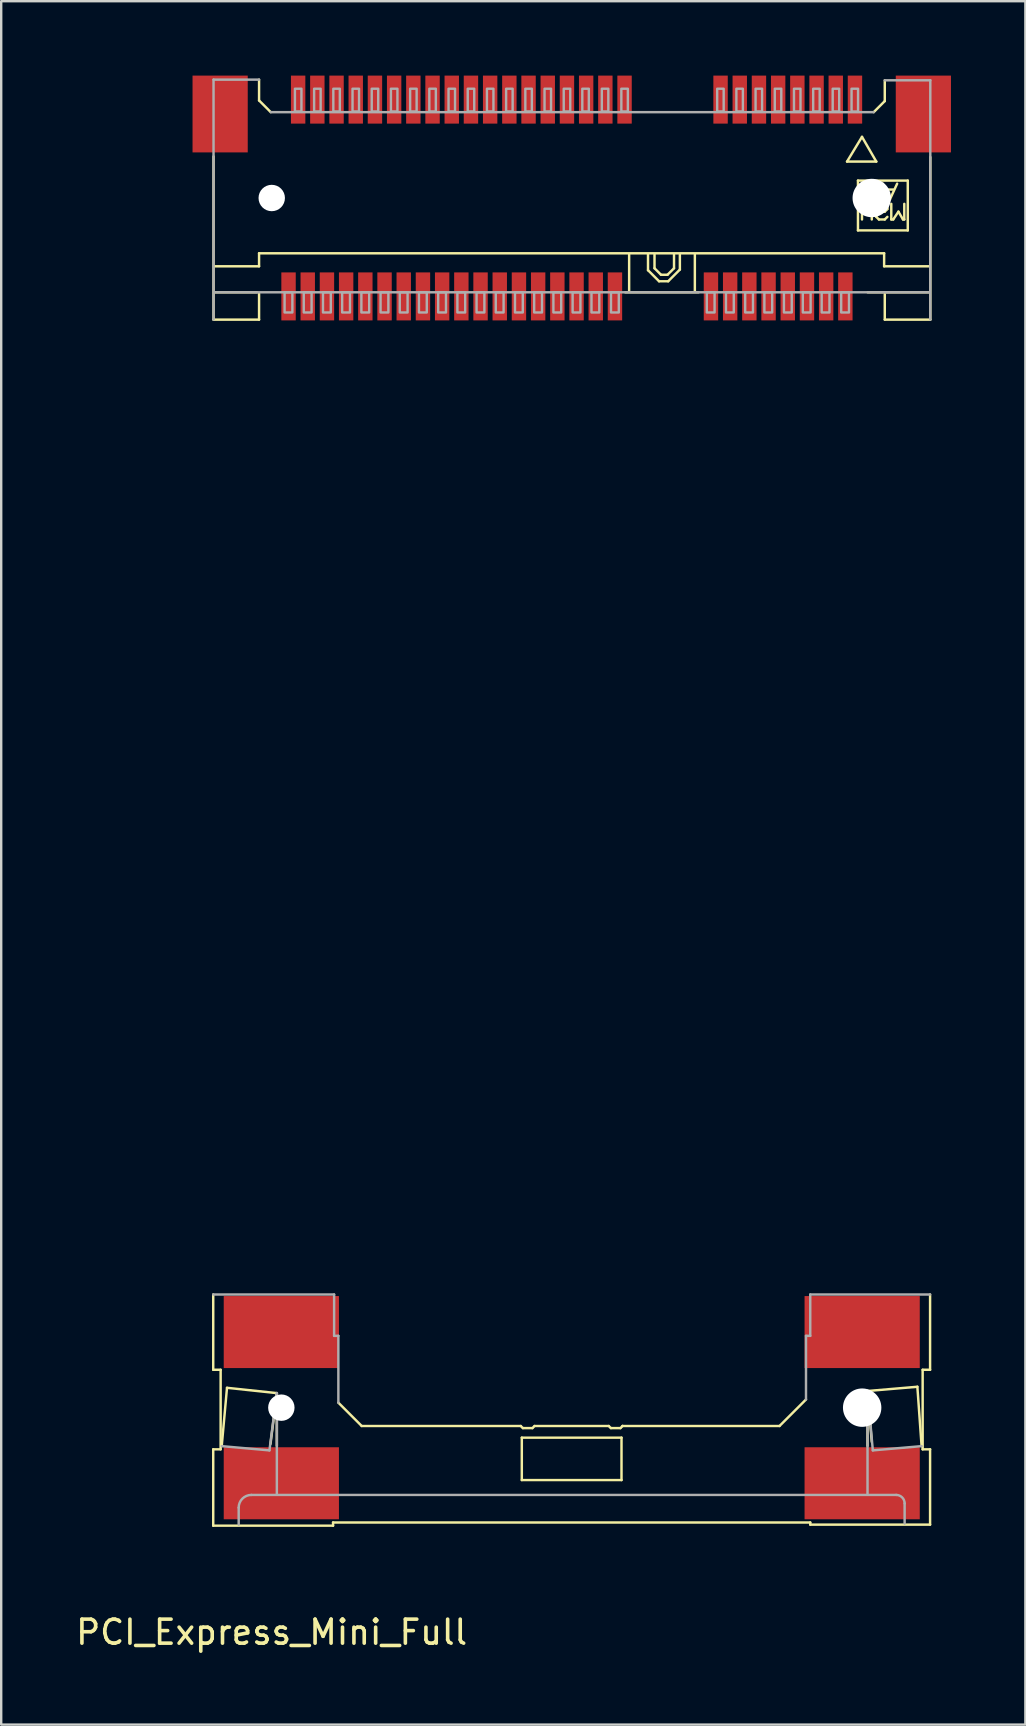
<source format=kicad_pcb>
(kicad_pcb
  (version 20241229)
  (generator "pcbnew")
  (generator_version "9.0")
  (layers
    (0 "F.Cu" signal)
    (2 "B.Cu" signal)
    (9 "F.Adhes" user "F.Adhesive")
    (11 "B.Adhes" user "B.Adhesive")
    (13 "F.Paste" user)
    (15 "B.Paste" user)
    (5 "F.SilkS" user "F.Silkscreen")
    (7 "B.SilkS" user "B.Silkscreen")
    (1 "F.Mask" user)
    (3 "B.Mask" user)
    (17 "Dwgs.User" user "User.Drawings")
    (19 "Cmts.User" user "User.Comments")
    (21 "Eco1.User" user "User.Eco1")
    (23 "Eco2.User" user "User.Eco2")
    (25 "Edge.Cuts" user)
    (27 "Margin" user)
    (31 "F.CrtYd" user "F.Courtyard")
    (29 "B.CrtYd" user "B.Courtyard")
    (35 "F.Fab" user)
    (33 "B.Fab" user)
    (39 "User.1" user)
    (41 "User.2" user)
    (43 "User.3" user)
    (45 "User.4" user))
  (footprint "PCI_Express_Mini_Full"
    (layer "F.Cu")
    (at 20.768 58.607)
    (property "Reference" "PCI_Express_Mini_Full" (at -12.5 6.35 180) (layer "F.SilkS") (effects (font (size 1 1) (thickness 0.15))))
    (attr smd)
    (fp_rect (start -15.896 -58.607) (end -13.396 -55.22) (stroke (width 0) (type default)) (fill yes) (layer "F.Mask"))
    (fp_rect (start -14.671 -1.532) (end -9.521 1.805) (stroke (width 0) (type default)) (fill yes) (layer "F.Mask"))
    (fp_rect (start -14.659 -7.832) (end -9.509 -4.495) (stroke (width 0) (type default)) (fill yes) (layer "F.Mask"))
    (fp_rect (start -12.134 -50.382) (end -11.446 -48.232) (stroke (width 0) (type default)) (fill yes) (layer "F.Mask"))
    (fp_rect (start -11.734 -58.582) (end -11.046 -56.432) (stroke (width 0) (type default)) (fill yes) (layer "F.Mask"))
    (fp_rect (start -11.334 -50.382) (end -10.646 -48.232) (stroke (width 0) (type default)) (fill yes) (layer "F.Mask"))
    (fp_rect (start -10.934 -58.582) (end -10.246 -56.432) (stroke (width 0) (type default)) (fill yes) (layer "F.Mask"))
    (fp_rect (start -10.534 -50.382) (end -9.846 -48.232) (stroke (width 0) (type default)) (fill yes) (layer "F.Mask"))
    (fp_rect (start -10.134 -58.582) (end -9.446 -56.432) (stroke (width 0) (type default)) (fill yes) (layer "F.Mask"))
    (fp_rect (start -9.734 -50.382) (end -9.046 -48.232) (stroke (width 0) (type default)) (fill yes) (layer "F.Mask"))
    (fp_rect (start -9.334 -58.582) (end -8.646 -56.432) (stroke (width 0) (type default)) (fill yes) (layer "F.Mask"))
    (fp_rect (start -8.934 -50.382) (end -8.246 -48.232) (stroke (width 0) (type default)) (fill yes) (layer "F.Mask"))
    (fp_rect (start -8.534 -58.582) (end -7.846 -56.432) (stroke (width 0) (type default)) (fill yes) (layer "F.Mask"))
    (fp_rect (start -8.134 -50.382) (end -7.446 -48.232) (stroke (width 0) (type default)) (fill yes) (layer "F.Mask"))
    (fp_rect (start -7.734 -58.582) (end -7.046 -56.432) (stroke (width 0) (type default)) (fill yes) (layer "F.Mask"))
    (fp_rect (start -7.334 -50.382) (end -6.646 -48.232) (stroke (width 0) (type default)) (fill yes) (layer "F.Mask"))
    (fp_rect (start -6.934 -58.582) (end -6.246 -56.432) (stroke (width 0) (type default)) (fill yes) (layer "F.Mask"))
    (fp_rect (start -6.534 -50.382) (end -5.846 -48.232) (stroke (width 0) (type default)) (fill yes) (layer "F.Mask"))
    (fp_rect (start -6.134 -58.582) (end -5.446 -56.432) (stroke (width 0) (type default)) (fill yes) (layer "F.Mask"))
    (fp_rect (start -5.734 -50.382) (end -5.046 -48.232) (stroke (width 0) (type default)) (fill yes) (layer "F.Mask"))
    (fp_rect (start -5.334 -58.582) (end -4.646 -56.432) (stroke (width 0) (type default)) (fill yes) (layer "F.Mask"))
    (fp_rect (start -4.934 -50.382) (end -4.246 -48.232) (stroke (width 0) (type default)) (fill yes) (layer "F.Mask"))
    (fp_rect (start -4.534 -58.582) (end -3.846 -56.432) (stroke (width 0) (type default)) (fill yes) (layer "F.Mask"))
    (fp_rect (start -4.134 -50.382) (end -3.446 -48.232) (stroke (width 0) (type default)) (fill yes) (layer "F.Mask"))
    (fp_rect (start -3.734 -58.582) (end -3.046 -56.432) (stroke (width 0) (type default)) (fill yes) (layer "F.Mask"))
    (fp_rect (start -3.334 -50.382) (end -2.646 -48.232) (stroke (width 0) (type default)) (fill yes) (layer "F.Mask"))
    (fp_rect (start -2.934 -58.582) (end -2.246 -56.432) (stroke (width 0) (type default)) (fill yes) (layer "F.Mask"))
    (fp_rect (start -2.534 -50.382) (end -1.846 -48.232) (stroke (width 0) (type default)) (fill yes) (layer "F.Mask"))
    (fp_rect (start -2.134 -58.582) (end -1.446 -56.432) (stroke (width 0) (type default)) (fill yes) (layer "F.Mask"))
    (fp_rect (start -1.734 -50.382) (end -1.046 -48.232) (stroke (width 0) (type default)) (fill yes) (layer "F.Mask"))
    (fp_rect (start -1.334 -58.582) (end -0.646 -56.432) (stroke (width 0) (type default)) (fill yes) (layer "F.Mask"))
    (fp_rect (start -0.934 -50.382) (end -0.246 -48.232) (stroke (width 0) (type default)) (fill yes) (layer "F.Mask"))
    (fp_rect (start -0.534 -58.582) (end 0.154 -56.432) (stroke (width 0) (type default)) (fill yes) (layer "F.Mask"))
    (fp_rect (start -0.134 -50.382) (end 0.554 -48.232) (stroke (width 0) (type default)) (fill yes) (layer "F.Mask"))
    (fp_rect (start 0.266 -58.582) (end 0.954 -56.432) (stroke (width 0) (type default)) (fill yes) (layer "F.Mask"))
    (fp_rect (start 0.666 -50.382) (end 1.354 -48.232) (stroke (width 0) (type default)) (fill yes) (layer "F.Mask"))
    (fp_rect (start 1.066 -58.582) (end 1.754 -56.432) (stroke (width 0) (type default)) (fill yes) (layer "F.Mask"))
    (fp_rect (start 1.466 -50.382) (end 2.154 -48.232) (stroke (width 0) (type default)) (fill yes) (layer "F.Mask"))
    (fp_rect (start 1.866 -58.582) (end 2.554 -56.432) (stroke (width 0) (type default)) (fill yes) (layer "F.Mask"))
    (fp_rect (start 5.466 -50.382) (end 6.154 -48.232) (stroke (width 0) (type default)) (fill yes) (layer "F.Mask"))
    (fp_rect (start 5.866 -58.582) (end 6.554 -56.432) (stroke (width 0) (type default)) (fill yes) (layer "F.Mask"))
    (fp_rect (start 6.266 -50.382) (end 6.954 -48.232) (stroke (width 0) (type default)) (fill yes) (layer "F.Mask"))
    (fp_rect (start 6.666 -58.582) (end 7.354 -56.432) (stroke (width 0) (type default)) (fill yes) (layer "F.Mask"))
    (fp_rect (start 7.066 -50.382) (end 7.754 -48.232) (stroke (width 0) (type default)) (fill yes) (layer "F.Mask"))
    (fp_rect (start 7.466 -58.582) (end 8.154 -56.432) (stroke (width 0) (type default)) (fill yes) (layer "F.Mask"))
    (fp_rect (start 7.866 -50.382) (end 8.554 -48.232) (stroke (width 0) (type default)) (fill yes) (layer "F.Mask"))
    (fp_rect (start 8.266 -58.582) (end 8.954 -56.432) (stroke (width 0) (type default)) (fill yes) (layer "F.Mask"))
    (fp_rect (start 8.666 -50.382) (end 9.354 -48.232) (stroke (width 0) (type default)) (fill yes) (layer "F.Mask"))
    (fp_rect (start 9.066 -58.582) (end 9.754 -56.432) (stroke (width 0) (type default)) (fill yes) (layer "F.Mask"))
    (fp_rect (start 9.466 -50.382) (end 10.154 -48.232) (stroke (width 0) (type default)) (fill yes) (layer "F.Mask"))
    (fp_rect (start 9.541 -7.845) (end 14.691 -4.507) (stroke (width 0) (type default)) (fill yes) (layer "F.Mask"))
    (fp_rect (start 9.541 -1.532) (end 14.691 1.805) (stroke (width 0) (type default)) (fill yes) (layer "F.Mask"))
    (fp_rect (start 9.866 -58.582) (end 10.554 -56.432) (stroke (width 0) (type default)) (fill yes) (layer "F.Mask"))
    (fp_rect (start 10.266 -50.382) (end 10.954 -48.232) (stroke (width 0) (type default)) (fill yes) (layer "F.Mask"))
    (fp_rect (start 10.666 -58.582) (end 11.354 -56.432) (stroke (width 0) (type default)) (fill yes) (layer "F.Mask"))
    (fp_rect (start 11.066 -50.382) (end 11.754 -48.232) (stroke (width 0) (type default)) (fill yes) (layer "F.Mask"))
    (fp_rect (start 11.466 -58.582) (end 12.154 -56.432) (stroke (width 0) (type default)) (fill yes) (layer "F.Mask"))
    (fp_rect (start 13.404 -58.595) (end 15.904 -55.207) (stroke (width 0) (type default)) (fill yes) (layer "F.Mask"))
    (fp_line (start -14.934 -4.585) (end -14.934 -7.722) (stroke (width 0.102) (type solid)) (layer "F.SilkS"))
    (fp_line (start -14.934 -1.271) (end -14.625 -1.271) (stroke (width 0.102) (type solid)) (layer "F.SilkS"))
    (fp_line (start -14.934 1.91) (end -14.934 -1.271) (stroke (width 0.102) (type solid)) (layer "F.SilkS"))
    (fp_line (start -14.921 -55.139) (end -14.921 -48.34) (stroke (width 0.102) (type solid)) (layer "F.SilkS"))
    (fp_line (start -14.921 -48.34) (end -13.024 -48.34) (stroke (width 0.102) (type solid)) (layer "F.SilkS"))
    (fp_line (start -14.867 -50.562) (end -13.024 -50.562) (stroke (width 0.102) (type solid)) (layer "F.SilkS"))
    (fp_line (start -14.625 -4.585) (end -14.934 -4.585) (stroke (width 0.102) (type solid)) (layer "F.SilkS"))
    (fp_line (start -14.625 -1.271) (end -14.625 -4.585) (stroke (width 0.102) (type solid)) (layer "F.SilkS"))
    (fp_line (start -14.36 -3.834) (end -14.58 -1.404) (stroke (width 0.102) (type solid)) (layer "F.SilkS"))
    (fp_line (start -13.111 -49.478) (end -14.867 -49.478) (stroke (width 0.102) (type solid)) (layer "F.SilkS"))
    (fp_line (start -13.024 -57.472) (end -13.024 -58.339) (stroke (width 0.102) (type solid)) (layer "F.SilkS"))
    (fp_line (start -13.024 -51.104) (end 13.019 -51.104) (stroke (width 0.102) (type solid)) (layer "F.SilkS"))
    (fp_line (start -13.024 -50.562) (end -13.024 -51.104) (stroke (width 0.102) (type solid)) (layer "F.SilkS"))
    (fp_line (start -13.024 -48.34) (end -13.024 -49.423) (stroke (width 0.102) (type solid)) (layer "F.SilkS"))
    (fp_line (start -12.548 -1.495) (end -12.283 -3.613) (stroke (width 0.102) (type solid)) (layer "F.SilkS"))
    (fp_line (start -12.537 -56.984) (end -13.024 -57.472) (stroke (width 0.102) (type solid)) (layer "F.SilkS"))
    (fp_line (start -12.283 -3.613) (end -14.36 -3.834) (stroke (width 0.102) (type solid)) (layer "F.SilkS"))
    (fp_line (start -12.283 -1.416) (end -12.283 -3.613) (stroke (width 0.102) (type solid)) (layer "F.SilkS"))
    (fp_line (start -9.941 1.777) (end -9.941 1.91) (stroke (width 0.102) (type solid)) (layer "F.SilkS"))
    (fp_line (start -9.941 1.91) (end -14.934 1.91) (stroke (width 0.102) (type solid)) (layer "F.SilkS"))
    (fp_line (start -9.72 -3.215) (end -8.748 -2.243) (stroke (width 0.102) (type solid)) (layer "F.SilkS"))
    (fp_line (start -8.748 -2.243) (end -2.121 -2.243) (stroke (width 0.102) (type solid)) (layer "F.SilkS"))
    (fp_line (start -2.121 -2.243) (end -2.032 -2.155) (stroke (width 0.102) (type solid)) (layer "F.SilkS"))
    (fp_line (start -2.077 -1.757) (end -2.077 0.01) (stroke (width 0.102) (type solid)) (layer "F.SilkS"))
    (fp_line (start -2.077 0.01) (end 2.077 0.01) (stroke (width 0.102) (type solid)) (layer "F.SilkS"))
    (fp_line (start -2.032 -2.155) (end -1.635 -2.155) (stroke (width 0.102) (type solid)) (layer "F.SilkS"))
    (fp_line (start -1.635 -2.155) (end -1.546 -2.243) (stroke (width 0.102) (type solid)) (layer "F.SilkS"))
    (fp_line (start -1.546 -2.243) (end 1.546 -2.243) (stroke (width 0.102) (type solid)) (layer "F.SilkS"))
    (fp_line (start 1.546 -2.243) (end 1.635 -2.155) (stroke (width 0.102) (type solid)) (layer "F.SilkS"))
    (fp_line (start 1.635 -2.155) (end 2.032 -2.155) (stroke (width 0.102) (type solid)) (layer "F.SilkS"))
    (fp_line (start 2.032 -2.155) (end 2.121 -2.243) (stroke (width 0.102) (type solid)) (layer "F.SilkS"))
    (fp_line (start 2.077 -1.757) (end -2.077 -1.757) (stroke (width 0.102) (type solid)) (layer "F.SilkS"))
    (fp_line (start 2.077 0.01) (end 2.077 -1.757) (stroke (width 0.102) (type solid)) (layer "F.SilkS"))
    (fp_line (start 2.121 -2.243) (end 2.121 -2.243) (stroke (width 0.102) (type solid)) (layer "F.SilkS"))
    (fp_line (start 2.121 -2.243) (end 8.66 -2.243) (stroke (width 0.102) (type solid)) (layer "F.SilkS"))
    (fp_line (start 2.395 -51.05) (end 2.395 -49.532) (stroke (width 0.102) (type solid)) (layer "F.SilkS"))
    (fp_line (start 3.181 -50.399) (end 3.181 -51.05) (stroke (width 0.102) (type solid)) (layer "F.SilkS"))
    (fp_line (start 3.452 -50.48) (end 3.452 -51.05) (stroke (width 0.102) (type solid)) (layer "F.SilkS"))
    (fp_line (start 3.642 -49.938) (end 3.181 -50.399) (stroke (width 0.102) (type solid)) (layer "F.SilkS"))
    (fp_line (start 3.723 -50.209) (end 3.452 -50.48) (stroke (width 0.102) (type solid)) (layer "F.SilkS"))
    (fp_line (start 3.994 -50.209) (end 3.723 -50.209) (stroke (width 0.102) (type solid)) (layer "F.SilkS"))
    (fp_line (start 4.021 -49.938) (end 3.642 -49.938) (stroke (width 0.102) (type solid)) (layer "F.SilkS"))
    (fp_line (start 4.265 -51.05) (end 4.265 -50.48) (stroke (width 0.102) (type solid)) (layer "F.SilkS"))
    (fp_line (start 4.265 -50.48) (end 3.994 -50.209) (stroke (width 0.102) (type solid)) (layer "F.SilkS"))
    (fp_line (start 4.509 -51.05) (end 4.509 -50.426) (stroke (width 0.102) (type solid)) (layer "F.SilkS"))
    (fp_line (start 4.509 -50.426) (end 4.021 -49.938) (stroke (width 0.102) (type solid)) (layer "F.SilkS"))
    (fp_line (start 5.133 -51.05) (end 5.133 -49.532) (stroke (width 0.102) (type solid)) (layer "F.SilkS"))
    (fp_line (start 5.288 -49.478) (end 2.233 -49.478) (stroke (width 0.102) (type solid)) (layer "F.SilkS"))
    (fp_line (start 8.66 -2.243) (end 9.764 -3.348) (stroke (width 0.102) (type solid)) (layer "F.SilkS"))
    (fp_line (start 9.941 1.777) (end -9.941 1.777) (stroke (width 0.102) (type solid)) (layer "F.SilkS"))
    (fp_line (start 9.941 1.866) (end 9.941 1.777) (stroke (width 0.102) (type solid)) (layer "F.SilkS"))
    (fp_line (start 11.474 -54.925) (end 12.097 -55.955) (stroke (width 0.102) (type solid)) (layer "F.SilkS"))
    (fp_line (start 11.929 -54.132) (end 14.004 -54.132) (stroke (width 0.102) (type solid)) (layer "F.SilkS"))
    (fp_line (start 11.929 -52.057) (end 11.929 -54.132) (stroke (width 0.102) (type solid)) (layer "F.SilkS"))
    (fp_line (start 12.097 -55.955) (end 12.693 -54.925) (stroke (width 0.102) (type solid)) (layer "F.SilkS"))
    (fp_line (start 12.097 -52.513) (end 12.097 -53.163) (stroke (width 0.102) (type solid)) (layer "F.SilkS"))
    (fp_line (start 12.327 -3.701) (end 12.327 -1.416) (stroke (width 0.102) (type solid)) (layer "F.SilkS"))
    (fp_line (start 12.327 -3.701) (end 12.504 -1.583) (stroke (width 0.102) (type solid)) (layer "F.SilkS"))
    (fp_line (start 12.45 -52.838) (end 12.151 -52.838) (stroke (width 0.102) (type solid)) (layer "F.SilkS"))
    (fp_line (start 12.504 -52.513) (end 12.504 -53.163) (stroke (width 0.102) (type solid)) (layer "F.SilkS"))
    (fp_line (start 12.639 -53.353) (end 12.639 -54.003) (stroke (width 0.102) (type solid)) (layer "F.SilkS"))
    (fp_line (start 12.693 -54.925) (end 11.474 -54.925) (stroke (width 0.102) (type solid)) (layer "F.SilkS"))
    (fp_line (start 12.693 -52.757) (end 12.775 -52.838) (stroke (width 0.102) (type solid)) (layer "F.SilkS"))
    (fp_line (start 12.693 -52.621) (end 12.693 -52.757) (stroke (width 0.102) (type solid)) (layer "F.SilkS"))
    (fp_line (start 12.775 -52.838) (end 13.046 -52.838) (stroke (width 0.102) (type solid)) (layer "F.SilkS"))
    (fp_line (start 12.802 -53.163) (end 12.693 -53.055) (stroke (width 0.102) (type solid)) (layer "F.SilkS"))
    (fp_line (start 12.802 -52.513) (end 12.693 -52.621) (stroke (width 0.102) (type solid)) (layer "F.SilkS"))
    (fp_line (start 12.91 -53.543) (end 12.639 -53.353) (stroke (width 0.102) (type solid)) (layer "F.SilkS"))
    (fp_line (start 13.019 -51.104) (end 13.019 -50.562) (stroke (width 0.102) (type solid)) (layer "F.SilkS"))
    (fp_line (start 13.019 -50.562) (end 14.889 -50.562) (stroke (width 0.102) (type solid)) (layer "F.SilkS"))
    (fp_line (start 13.046 -58.312) (end 13.046 -57.445) (stroke (width 0.102) (type solid)) (layer "F.SilkS"))
    (fp_line (start 13.046 -57.445) (end 12.585 -56.984) (stroke (width 0.102) (type solid)) (layer "F.SilkS"))
    (fp_line (start 13.046 -53.163) (end 12.802 -53.163) (stroke (width 0.102) (type solid)) (layer "F.SilkS"))
    (fp_line (start 13.046 -52.838) (end 13.154 -52.947) (stroke (width 0.102) (type solid)) (layer "F.SilkS"))
    (fp_line (start 13.046 -52.513) (end 12.802 -52.513) (stroke (width 0.102) (type solid)) (layer "F.SilkS"))
    (fp_line (start 13.046 -48.34) (end 13.046 -49.396) (stroke (width 0.102) (type solid)) (layer "F.SilkS"))
    (fp_line (start 13.154 -53.055) (end 13.046 -53.163) (stroke (width 0.102) (type solid)) (layer "F.SilkS"))
    (fp_line (start 13.154 -52.947) (end 13.154 -53.055) (stroke (width 0.102) (type solid)) (layer "F.SilkS"))
    (fp_line (start 13.154 -52.621) (end 13.046 -52.513) (stroke (width 0.102) (type solid)) (layer "F.SilkS"))
    (fp_line (start 13.262 -53.353) (end 12.964 -54.003) (stroke (width 0.102) (type solid)) (layer "F.SilkS"))
    (fp_line (start 13.317 -52.513) (end 13.317 -53.163) (stroke (width 0.102) (type solid)) (layer "F.SilkS"))
    (fp_line (start 13.398 -53.76) (end 13.127 -53.76) (stroke (width 0.102) (type solid)) (layer "F.SilkS"))
    (fp_line (start 13.398 -52.513) (end 13.317 -52.513) (stroke (width 0.102) (type solid)) (layer "F.SilkS"))
    (fp_line (start 13.561 -54.003) (end 13.262 -53.353) (stroke (width 0.102) (type solid)) (layer "F.SilkS"))
    (fp_line (start 13.615 -52.838) (end 13.398 -52.513) (stroke (width 0.102) (type solid)) (layer "F.SilkS"))
    (fp_line (start 13.805 -52.513) (end 13.615 -52.838) (stroke (width 0.102) (type solid)) (layer "F.SilkS"))
    (fp_line (start 13.859 -53.163) (end 13.859 -52.513) (stroke (width 0.102) (type solid)) (layer "F.SilkS"))
    (fp_line (start 13.859 -52.513) (end 13.805 -52.513) (stroke (width 0.102) (type solid)) (layer "F.SilkS"))
    (fp_line (start 14.004 -54.132) (end 14.004 -52.057) (stroke (width 0.102) (type solid)) (layer "F.SilkS"))
    (fp_line (start 14.004 -52.057) (end 11.929 -52.057) (stroke (width 0.102) (type solid)) (layer "F.SilkS"))
    (fp_line (start 14.404 -3.878) (end 12.327 -3.701) (stroke (width 0.102) (type solid)) (layer "F.SilkS"))
    (fp_line (start 14.58 -1.404) (end 14.404 -3.878) (stroke (width 0.102) (type solid)) (layer "F.SilkS"))
    (fp_line (start 14.624 -4.585) (end 14.624 -1.271) (stroke (width 0.102) (type solid)) (layer "F.SilkS"))
    (fp_line (start 14.624 -1.271) (end 14.934 -1.271) (stroke (width 0.102) (type solid)) (layer "F.SilkS"))
    (fp_line (start 14.889 -49.478) (end 12.333 -49.478) (stroke (width 0.102) (type solid)) (layer "F.SilkS"))
    (fp_line (start 14.934 -7.722) (end 14.934 -4.585) (stroke (width 0.102) (type solid)) (layer "F.SilkS"))
    (fp_line (start 14.934 -4.585) (end 14.624 -4.585) (stroke (width 0.102) (type solid)) (layer "F.SilkS"))
    (fp_line (start 14.934 -1.271) (end 14.934 1.866) (stroke (width 0.102) (type solid)) (layer "F.SilkS"))
    (fp_line (start 14.934 1.866) (end 9.941 1.866) (stroke (width 0.102) (type solid)) (layer "F.SilkS"))
    (fp_line (start 14.943 -55.112) (end 14.943 -48.34) (stroke (width 0.102) (type solid)) (layer "F.SilkS"))
    (fp_line (start 14.943 -48.34) (end 13.046 -48.34) (stroke (width 0.102) (type solid)) (layer "F.SilkS"))
    (fp_rect (start -15.696 -58.407) (end -13.596 -55.407) (stroke (width 0) (type default)) (fill yes) (layer "F.Paste"))
    (fp_rect (start -14.346 -1.207) (end -9.846 1.48) (stroke (width 0) (type default)) (fill yes) (layer "F.Paste"))
    (fp_rect (start -14.334 -7.47) (end -9.834 -4.82) (stroke (width 0) (type default)) (fill yes) (layer "F.Paste"))
    (fp_rect (start -12.059 -50.257) (end -11.534 -48.357) (stroke (width 0) (type default)) (fill yes) (layer "F.Paste"))
    (fp_rect (start -11.659 -58.457) (end -11.134 -56.557) (stroke (width 0) (type default)) (fill yes) (layer "F.Paste"))
    (fp_rect (start -11.259 -50.257) (end -10.734 -48.357) (stroke (width 0) (type default)) (fill yes) (layer "F.Paste"))
    (fp_rect (start -10.859 -58.457) (end -10.334 -56.557) (stroke (width 0) (type default)) (fill yes) (layer "F.Paste"))
    (fp_rect (start -10.459 -50.257) (end -9.934 -48.357) (stroke (width 0) (type default)) (fill yes) (layer "F.Paste"))
    (fp_rect (start -10.059 -58.457) (end -9.534 -56.557) (stroke (width 0) (type default)) (fill yes) (layer "F.Paste"))
    (fp_rect (start -9.659 -50.257) (end -9.134 -48.357) (stroke (width 0) (type default)) (fill yes) (layer "F.Paste"))
    (fp_rect (start -9.259 -58.457) (end -8.734 -56.557) (stroke (width 0) (type default)) (fill yes) (layer "F.Paste"))
    (fp_rect (start -8.859 -50.257) (end -8.334 -48.357) (stroke (width 0) (type default)) (fill yes) (layer "F.Paste"))
    (fp_rect (start -8.459 -58.457) (end -7.934 -56.557) (stroke (width 0) (type default)) (fill yes) (layer "F.Paste"))
    (fp_rect (start -8.059 -50.257) (end -7.534 -48.357) (stroke (width 0) (type default)) (fill yes) (layer "F.Paste"))
    (fp_rect (start -7.659 -58.457) (end -7.134 -56.557) (stroke (width 0) (type default)) (fill yes) (layer "F.Paste"))
    (fp_rect (start -7.259 -50.257) (end -6.734 -48.357) (stroke (width 0) (type default)) (fill yes) (layer "F.Paste"))
    (fp_rect (start -6.859 -58.457) (end -6.334 -56.557) (stroke (width 0) (type default)) (fill yes) (layer "F.Paste"))
    (fp_rect (start -6.459 -50.257) (end -5.934 -48.357) (stroke (width 0) (type default)) (fill yes) (layer "F.Paste"))
    (fp_rect (start -6.059 -58.457) (end -5.534 -56.557) (stroke (width 0) (type default)) (fill yes) (layer "F.Paste"))
    (fp_rect (start -5.659 -50.257) (end -5.134 -48.357) (stroke (width 0) (type default)) (fill yes) (layer "F.Paste"))
    (fp_rect (start -5.259 -58.457) (end -4.734 -56.557) (stroke (width 0) (type default)) (fill yes) (layer "F.Paste"))
    (fp_rect (start -4.859 -50.257) (end -4.334 -48.357) (stroke (width 0) (type default)) (fill yes) (layer "F.Paste"))
    (fp_rect (start -4.459 -58.457) (end -3.934 -56.557) (stroke (width 0) (type default)) (fill yes) (layer "F.Paste"))
    (fp_rect (start -4.059 -50.257) (end -3.534 -48.357) (stroke (width 0) (type default)) (fill yes) (layer "F.Paste"))
    (fp_rect (start -3.659 -58.457) (end -3.134 -56.557) (stroke (width 0) (type default)) (fill yes) (layer "F.Paste"))
    (fp_rect (start -3.259 -50.257) (end -2.734 -48.357) (stroke (width 0) (type default)) (fill yes) (layer "F.Paste"))
    (fp_rect (start -2.859 -58.457) (end -2.334 -56.557) (stroke (width 0) (type default)) (fill yes) (layer "F.Paste"))
    (fp_rect (start -2.459 -50.257) (end -1.934 -48.357) (stroke (width 0) (type default)) (fill yes) (layer "F.Paste"))
    (fp_rect (start -2.059 -58.457) (end -1.534 -56.557) (stroke (width 0) (type default)) (fill yes) (layer "F.Paste"))
    (fp_rect (start -1.659 -50.257) (end -1.134 -48.357) (stroke (width 0) (type default)) (fill yes) (layer "F.Paste"))
    (fp_rect (start -1.259 -58.457) (end -0.734 -56.557) (stroke (width 0) (type default)) (fill yes) (layer "F.Paste"))
    (fp_rect (start -0.859 -50.257) (end -0.334 -48.357) (stroke (width 0) (type default)) (fill yes) (layer "F.Paste"))
    (fp_rect (start -0.459 -58.457) (end 0.066 -56.557) (stroke (width 0) (type default)) (fill yes) (layer "F.Paste"))
    (fp_rect (start -0.059 -50.257) (end 0.466 -48.357) (stroke (width 0) (type default)) (fill yes) (layer "F.Paste"))
    (fp_rect (start 0.341 -58.457) (end 0.866 -56.557) (stroke (width 0) (type default)) (fill yes) (layer "F.Paste"))
    (fp_rect (start 0.741 -50.257) (end 1.266 -48.357) (stroke (width 0) (type default)) (fill yes) (layer "F.Paste"))
    (fp_rect (start 1.141 -58.457) (end 1.666 -56.557) (stroke (width 0) (type default)) (fill yes) (layer "F.Paste"))
    (fp_rect (start 1.541 -50.257) (end 2.066 -48.357) (stroke (width 0) (type default)) (fill yes) (layer "F.Paste"))
    (fp_rect (start 1.941 -58.457) (end 2.466 -56.557) (stroke (width 0) (type default)) (fill yes) (layer "F.Paste"))
    (fp_rect (start 5.541 -50.257) (end 6.066 -48.357) (stroke (width 0) (type default)) (fill yes) (layer "F.Paste"))
    (fp_rect (start 5.941 -58.457) (end 6.466 -56.557) (stroke (width 0) (type default)) (fill yes) (layer "F.Paste"))
    (fp_rect (start 6.341 -50.257) (end 6.866 -48.357) (stroke (width 0) (type default)) (fill yes) (layer "F.Paste"))
    (fp_rect (start 6.741 -58.457) (end 7.266 -56.557) (stroke (width 0) (type default)) (fill yes) (layer "F.Paste"))
    (fp_rect (start 7.141 -50.257) (end 7.666 -48.357) (stroke (width 0) (type default)) (fill yes) (layer "F.Paste"))
    (fp_rect (start 7.541 -58.457) (end 8.066 -56.557) (stroke (width 0) (type default)) (fill yes) (layer "F.Paste"))
    (fp_rect (start 7.941 -50.257) (end 8.466 -48.357) (stroke (width 0) (type default)) (fill yes) (layer "F.Paste"))
    (fp_rect (start 8.341 -58.457) (end 8.866 -56.557) (stroke (width 0) (type default)) (fill yes) (layer "F.Paste"))
    (fp_rect (start 8.741 -50.257) (end 9.266 -48.357) (stroke (width 0) (type default)) (fill yes) (layer "F.Paste"))
    (fp_rect (start 9.141 -58.457) (end 9.666 -56.557) (stroke (width 0) (type default)) (fill yes) (layer "F.Paste"))
    (fp_rect (start 9.541 -50.257) (end 10.066 -48.357) (stroke (width 0) (type default)) (fill yes) (layer "F.Paste"))
    (fp_rect (start 9.866 -7.482) (end 14.366 -4.832) (stroke (width 0) (type default)) (fill yes) (layer "F.Paste"))
    (fp_rect (start 9.866 -1.17) (end 14.366 1.48) (stroke (width 0) (type default)) (fill yes) (layer "F.Paste"))
    (fp_rect (start 9.941 -58.457) (end 10.466 -56.557) (stroke (width 0) (type default)) (fill yes) (layer "F.Paste"))
    (fp_rect (start 10.341 -50.257) (end 10.866 -48.357) (stroke (width 0) (type default)) (fill yes) (layer "F.Paste"))
    (fp_rect (start 10.741 -58.457) (end 11.266 -56.557) (stroke (width 0) (type default)) (fill yes) (layer "F.Paste"))
    (fp_rect (start 11.141 -50.257) (end 11.666 -48.357) (stroke (width 0) (type default)) (fill yes) (layer "F.Paste"))
    (fp_rect (start 11.541 -58.457) (end 12.066 -56.557) (stroke (width 0) (type default)) (fill yes) (layer "F.Paste"))
    (fp_rect (start 13.604 -58.395) (end 15.704 -55.395) (stroke (width 0) (type default)) (fill yes) (layer "F.Paste"))
    (fp_line (start -14.934 -7.722) (end -9.897 -7.722) (stroke (width 0.102) (type solid)) (layer "F.Fab"))
    (fp_line (start -14.921 -58.339) (end -14.921 -48.34) (stroke (width 0.102) (type solid)) (layer "F.Fab"))
    (fp_line (start -14.58 -1.404) (end -12.592 -1.227) (stroke (width 0.102) (type solid)) (layer "F.Fab"))
    (fp_line (start -13.873 1.159) (end -13.873 1.866) (stroke (width 0.102) (type solid)) (layer "F.Fab"))
    (fp_line (start -13.024 -58.339) (end -14.921 -58.339) (stroke (width 0.102) (type solid)) (layer "F.Fab"))
    (fp_line (start -12.592 -1.227) (end -12.283 -3.613) (stroke (width 0.102) (type solid)) (layer "F.Fab"))
    (fp_line (start -12.283 0.584) (end -12.283 -3.613) (stroke (width 0.102) (type solid)) (layer "F.Fab"))
    (fp_line (start -9.897 -7.722) (end -9.897 -5.999) (stroke (width 0.102) (type solid)) (layer "F.Fab"))
    (fp_line (start -9.897 -5.999) (end -9.72 -5.999) (stroke (width 0.102) (type solid)) (layer "F.Fab"))
    (fp_line (start -9.72 -5.999) (end -9.72 -3.215) (stroke (width 0.102) (type solid)) (layer "F.Fab"))
    (fp_line (start 9.764 -5.999) (end 9.941 -5.999) (stroke (width 0.102) (type solid)) (layer "F.Fab"))
    (fp_line (start 9.764 -3.348) (end 9.764 -5.999) (stroke (width 0.102) (type solid)) (layer "F.Fab"))
    (fp_line (start 9.941 -7.722) (end 14.934 -7.722) (stroke (width 0.102) (type solid)) (layer "F.Fab"))
    (fp_line (start 9.941 -5.999) (end 9.941 -7.722) (stroke (width 0.102) (type solid)) (layer "F.Fab"))
    (fp_line (start 12.327 -3.701) (end 12.327 0.584) (stroke (width 0.102) (type solid)) (layer "F.Fab"))
    (fp_line (start 12.327 -3.701) (end 12.548 -1.227) (stroke (width 0.102) (type solid)) (layer "F.Fab"))
    (fp_line (start 12.548 -1.227) (end 14.58 -1.404) (stroke (width 0.102) (type solid)) (layer "F.Fab"))
    (fp_line (start 12.585 -56.984) (end -12.537 -56.984) (stroke (width 0.102) (type solid)) (layer "F.Fab"))
    (fp_line (start 13.52 0.629) (end -13.343 0.629) (stroke (width 0.102) (type solid)) (layer "F.Fab"))
    (fp_line (start 13.873 1.822) (end 13.873 0.982) (stroke (width 0.102) (type solid)) (layer "F.Fab"))
    (fp_line (start 14.889 -49.478) (end -14.867 -49.478) (stroke (width 0.102) (type solid)) (layer "F.Fab"))
    (fp_line (start 14.943 -58.312) (end 13.046 -58.312) (stroke (width 0.102) (type solid)) (layer "F.Fab"))
    (fp_line (start 14.943 -58.312) (end 14.943 -48.34) (stroke (width 0.102) (type solid)) (layer "F.Fab"))
    (fp_rect (start -11.961 -49.478) (end -11.636 -48.638) (stroke (width 0.1) (type default)) (fill no) (layer "F.Fab"))
    (fp_rect (start -11.53 -57.96) (end -11.259 -57.012) (stroke (width 0.1) (type default)) (fill no) (layer "F.Fab"))
    (fp_rect (start -11.162 -49.478) (end -10.836 -48.638) (stroke (width 0.1) (type default)) (fill no) (layer "F.Fab"))
    (fp_rect (start -10.73 -57.96) (end -10.459 -57.012) (stroke (width 0.1) (type default)) (fill no) (layer "F.Fab"))
    (fp_rect (start -10.361 -49.478) (end -10.036 -48.638) (stroke (width 0.1) (type default)) (fill no) (layer "F.Fab"))
    (fp_rect (start -9.93 -57.96) (end -9.659 -57.012) (stroke (width 0.1) (type default)) (fill no) (layer "F.Fab"))
    (fp_rect (start -9.562 -49.478) (end -9.236 -48.638) (stroke (width 0.1) (type default)) (fill no) (layer "F.Fab"))
    (fp_rect (start -9.13 -57.96) (end -8.859 -57.012) (stroke (width 0.1) (type default)) (fill no) (layer "F.Fab"))
    (fp_rect (start -8.761 -49.478) (end -8.436 -48.638) (stroke (width 0.1) (type default)) (fill no) (layer "F.Fab"))
    (fp_rect (start -8.33 -57.96) (end -8.059 -57.012) (stroke (width 0.1) (type default)) (fill no) (layer "F.Fab"))
    (fp_rect (start -7.962 -49.478) (end -7.636 -48.638) (stroke (width 0.1) (type default)) (fill no) (layer "F.Fab"))
    (fp_rect (start -7.53 -57.96) (end -7.259 -57.012) (stroke (width 0.1) (type default)) (fill no) (layer "F.Fab"))
    (fp_rect (start -7.162 -49.478) (end -6.836 -48.638) (stroke (width 0.1) (type default)) (fill no) (layer "F.Fab"))
    (fp_rect (start -6.73 -57.96) (end -6.459 -57.012) (stroke (width 0.1) (type default)) (fill no) (layer "F.Fab"))
    (fp_rect (start -6.362 -49.478) (end -6.036 -48.638) (stroke (width 0.1) (type default)) (fill no) (layer "F.Fab"))
    (fp_rect (start -5.93 -57.96) (end -5.659 -57.012) (stroke (width 0.1) (type default)) (fill no) (layer "F.Fab"))
    (fp_rect (start -5.561 -49.478) (end -5.236 -48.638) (stroke (width 0.1) (type default)) (fill no) (layer "F.Fab"))
    (fp_rect (start -5.13 -57.96) (end -4.859 -57.012) (stroke (width 0.1) (type default)) (fill no) (layer "F.Fab"))
    (fp_rect (start -4.761 -49.478) (end -4.436 -48.638) (stroke (width 0.1) (type default)) (fill no) (layer "F.Fab"))
    (fp_rect (start -4.33 -57.96) (end -4.059 -57.012) (stroke (width 0.1) (type default)) (fill no) (layer "F.Fab"))
    (fp_rect (start -3.962 -49.478) (end -3.636 -48.638) (stroke (width 0.1) (type default)) (fill no) (layer "F.Fab"))
    (fp_rect (start -3.53 -57.96) (end -3.259 -57.012) (stroke (width 0.1) (type default)) (fill no) (layer "F.Fab"))
    (fp_rect (start -3.162 -49.478) (end -2.836 -48.638) (stroke (width 0.1) (type default)) (fill no) (layer "F.Fab"))
    (fp_rect (start -2.73 -57.96) (end -2.459 -57.012) (stroke (width 0.1) (type default)) (fill no) (layer "F.Fab"))
    (fp_rect (start -2.361 -49.478) (end -2.036 -48.638) (stroke (width 0.1) (type default)) (fill no) (layer "F.Fab"))
    (fp_rect (start -1.93 -57.96) (end -1.659 -57.012) (stroke (width 0.1) (type default)) (fill no) (layer "F.Fab"))
    (fp_rect (start -1.562 -49.478) (end -1.236 -48.638) (stroke (width 0.1) (type default)) (fill no) (layer "F.Fab"))
    (fp_rect (start -1.13 -57.96) (end -0.859 -57.012) (stroke (width 0.1) (type default)) (fill no) (layer "F.Fab"))
    (fp_rect (start -0.761 -49.478) (end -0.436 -48.638) (stroke (width 0.1) (type default)) (fill no) (layer "F.Fab"))
    (fp_rect (start -0.33 -57.96) (end -0.059 -57.012) (stroke (width 0.1) (type default)) (fill no) (layer "F.Fab"))
    (fp_rect (start 0.04 -49.478) (end 0.365 -48.638) (stroke (width 0.1) (type default)) (fill no) (layer "F.Fab"))
    (fp_rect (start 0.444 -57.96) (end 0.715 -57.012) (stroke (width 0.1) (type default)) (fill no) (layer "F.Fab"))
    (fp_rect (start 0.826 -49.478) (end 1.151 -48.638) (stroke (width 0.1) (type default)) (fill no) (layer "F.Fab"))
    (fp_rect (start 1.257 -57.96) (end 1.528 -57.012) (stroke (width 0.1) (type default)) (fill no) (layer "F.Fab"))
    (fp_rect (start 1.639 -49.478) (end 1.964 -48.638) (stroke (width 0.1) (type default)) (fill no) (layer "F.Fab"))
    (fp_rect (start 2.07 -57.96) (end 2.341 -57.012) (stroke (width 0.1) (type default)) (fill no) (layer "F.Fab"))
    (fp_rect (start 5.63 -49.478) (end 5.955 -48.638) (stroke (width 0.1) (type default)) (fill no) (layer "F.Fab"))
    (fp_rect (start 6.063 -57.96) (end 6.334 -57.012) (stroke (width 0.1) (type default)) (fill no) (layer "F.Fab"))
    (fp_rect (start 6.43 -49.478) (end 6.755 -48.638) (stroke (width 0.1) (type default)) (fill no) (layer "F.Fab"))
    (fp_rect (start 6.863 -57.96) (end 7.134 -57.012) (stroke (width 0.1) (type default)) (fill no) (layer "F.Fab"))
    (fp_rect (start 7.23 -49.478) (end 7.555 -48.638) (stroke (width 0.1) (type default)) (fill no) (layer "F.Fab"))
    (fp_rect (start 7.663 -57.96) (end 7.934 -57.012) (stroke (width 0.1) (type default)) (fill no) (layer "F.Fab"))
    (fp_rect (start 8.03 -49.478) (end 8.355 -48.638) (stroke (width 0.1) (type default)) (fill no) (layer "F.Fab"))
    (fp_rect (start 8.463 -57.96) (end 8.734 -57.012) (stroke (width 0.1) (type default)) (fill no) (layer "F.Fab"))
    (fp_rect (start 8.845 -49.478) (end 9.17 -48.638) (stroke (width 0.1) (type default)) (fill no) (layer "F.Fab"))
    (fp_rect (start 9.263 -57.96) (end 9.534 -57.012) (stroke (width 0.1) (type default)) (fill no) (layer "F.Fab"))
    (fp_rect (start 9.631 -49.478) (end 9.956 -48.638) (stroke (width 0.1) (type default)) (fill no) (layer "F.Fab"))
    (fp_rect (start 10.063 -57.96) (end 10.334 -57.012) (stroke (width 0.1) (type default)) (fill no) (layer "F.Fab"))
    (fp_rect (start 10.417 -49.478) (end 10.742 -48.638) (stroke (width 0.1) (type default)) (fill no) (layer "F.Fab"))
    (fp_rect (start 10.876 -57.96) (end 11.147 -57.012) (stroke (width 0.1) (type default)) (fill no) (layer "F.Fab"))
    (fp_rect (start 11.23 -49.478) (end 11.555 -48.638) (stroke (width 0.1) (type default)) (fill no) (layer "F.Fab"))
    (fp_rect (start 11.662 -57.96) (end 11.933 -57.011) (stroke (width 0.1) (type default)) (fill no) (layer "F.Fab"))
    (fp_arc (start -13.8735 1.1588) (mid -13.718208 0.783892) (end -13.3433 0.6286) (stroke (width 0.1016) (type solid)) (layer "F.Fab"))
    (fp_arc (start 13.5199 0.6286) (mid 13.769862 0.732138) (end 13.8734 0.9821) (stroke (width 0.1016) (type solid)) (layer "F.Fab"))
    (pad "" np_thru_hole circle (at -12.496 -53.407 180) (size 1.1 1.1) (drill 1.1) (layers "*.Cu" "*.Mask"))
    (pad "" np_thru_hole circle (at -12.096 -3.007 180) (size 1.1 1.1) (drill 1.1) (layers "*.Cu" "*.Mask"))
    (pad "" np_thru_hole circle (at 12.104 -3.007 180) (size 1.6 1.6) (drill 1.6) (layers "*.Cu" "*.Mask"))
    (pad "" np_thru_hole circle (at 12.504 -53.407 180) (size 1.6 1.6) (drill 1.6) (layers "*.Cu" "*.Mask"))
    (pad "1" smd rect (at 11.804 -57.507 180) (size 0.6 2) (layers "F.Cu"))
    (pad "2" smd rect (at 11.404 -49.307 180) (size 0.6 2) (layers "F.Cu"))
    (pad "3" smd rect (at 11.004 -57.507 180) (size 0.6 2) (layers "F.Cu"))
    (pad "4" smd rect (at 10.604 -49.307 180) (size 0.6 2) (layers "F.Cu"))
    (pad "5" smd rect (at 10.204 -57.507 180) (size 0.6 2) (layers "F.Cu"))
    (pad "6" smd rect (at 9.804 -49.307 180) (size 0.6 2) (layers "F.Cu"))
    (pad "7" smd rect (at 9.404 -57.507 180) (size 0.6 2) (layers "F.Cu"))
    (pad "8" smd rect (at 9.004 -49.307 180) (size 0.6 2) (layers "F.Cu"))
    (pad "9" smd rect (at 8.604 -57.507 180) (size 0.6 2) (layers "F.Cu"))
    (pad "10" smd rect (at 8.204 -49.307 180) (size 0.6 2) (layers "F.Cu"))
    (pad "11" smd rect (at 7.804 -57.507 180) (size 0.6 2) (layers "F.Cu"))
    (pad "12" smd rect (at 7.404 -49.307 180) (size 0.6 2) (layers "F.Cu"))
    (pad "13" smd rect (at 7.004 -57.507 180) (size 0.6 2) (layers "F.Cu"))
    (pad "14" smd rect (at 6.604 -49.307 180) (size 0.6 2) (layers "F.Cu"))
    (pad "15" smd rect (at 6.204 -57.507 180) (size 0.6 2) (layers "F.Cu"))
    (pad "16" smd rect (at 5.804 -49.307 180) (size 0.6 2) (layers "F.Cu"))
    (pad "17" smd rect (at 2.204 -57.507 180) (size 0.6 2) (layers "F.Cu"))
    (pad "18" smd rect (at 1.804 -49.307 180) (size 0.6 2) (layers "F.Cu"))
    (pad "19" smd rect (at 1.404 -57.507 180) (size 0.6 2) (layers "F.Cu"))
    (pad "20" smd rect (at 1.004 -49.307 180) (size 0.6 2) (layers "F.Cu"))
    (pad "21" smd rect (at 0.604 -57.507 180) (size 0.6 2) (layers "F.Cu"))
    (pad "22" smd rect (at 0.204 -49.307 180) (size 0.6 2) (layers "F.Cu"))
    (pad "23" smd rect (at -0.196 -57.507 180) (size 0.6 2) (layers "F.Cu"))
    (pad "24" smd rect (at -0.596 -49.307 180) (size 0.6 2) (layers "F.Cu"))
    (pad "25" smd rect (at -0.996 -57.507 180) (size 0.6 2) (layers "F.Cu"))
    (pad "26" smd rect (at -1.396 -49.307 180) (size 0.6 2) (layers "F.Cu"))
    (pad "27" smd rect (at -1.796 -57.507 180) (size 0.6 2) (layers "F.Cu"))
    (pad "28" smd rect (at -2.196 -49.307 180) (size 0.6 2) (layers "F.Cu"))
    (pad "29" smd rect (at -2.596 -57.507 180) (size 0.6 2) (layers "F.Cu"))
    (pad "30" smd rect (at -2.996 -49.307 180) (size 0.6 2) (layers "F.Cu"))
    (pad "31" smd rect (at -3.396 -57.507 180) (size 0.6 2) (layers "F.Cu"))
    (pad "32" smd rect (at -3.796 -49.307 180) (size 0.6 2) (layers "F.Cu"))
    (pad "33" smd rect (at -4.196 -57.507 180) (size 0.6 2) (layers "F.Cu"))
    (pad "34" smd rect (at -4.596 -49.307 180) (size 0.6 2) (layers "F.Cu"))
    (pad "35" smd rect (at -4.996 -57.507 180) (size 0.6 2) (layers "F.Cu"))
    (pad "36" smd rect (at -5.396 -49.307 180) (size 0.6 2) (layers "F.Cu"))
    (pad "37" smd rect (at -5.796 -57.507 180) (size 0.6 2) (layers "F.Cu"))
    (pad "38" smd rect (at -6.196 -49.307 180) (size 0.6 2) (layers "F.Cu"))
    (pad "39" smd rect (at -6.596 -57.507 180) (size 0.6 2) (layers "F.Cu"))
    (pad "40" smd rect (at -6.996 -49.307 180) (size 0.6 2) (layers "F.Cu"))
    (pad "41" smd rect (at -7.396 -57.507 180) (size 0.6 2) (layers "F.Cu"))
    (pad "42" smd rect (at -7.796 -49.307 180) (size 0.6 2) (layers "F.Cu"))
    (pad "43" smd rect (at -8.196 -57.507 180) (size 0.6 2) (layers "F.Cu"))
    (pad "44" smd rect (at -8.596 -49.307 180) (size 0.6 2) (layers "F.Cu"))
    (pad "45" smd rect (at -8.996 -57.507 180) (size 0.6 2) (layers "F.Cu"))
    (pad "46" smd rect (at -9.396 -49.307 180) (size 0.6 2) (layers "F.Cu"))
    (pad "47" smd rect (at -9.796 -57.507 180) (size 0.6 2) (layers "F.Cu"))
    (pad "48" smd rect (at -10.196 -49.307 180) (size 0.6 2) (layers "F.Cu"))
    (pad "49" smd rect (at -10.596 -57.507 180) (size 0.6 2) (layers "F.Cu"))
    (pad "50" smd rect (at -10.996 -49.307 180) (size 0.6 2) (layers "F.Cu"))
    (pad "51" smd rect (at -11.396 -57.507 180) (size 0.6 2) (layers "F.Cu"))
    (pad "52" smd rect (at -11.796 -49.307 180) (size 0.6 2) (layers "F.Cu"))
    (pad "M1" smd rect (at -14.646 -56.907 180) (size 2.3 3.2) (layers "F.Cu"))
    (pad "M2" smd rect (at 14.654 -56.907 180) (size 2.3 3.2) (layers "F.Cu"))
    (pad "M3" smd rect (at 12.104 -6.157 180) (size 4.8 3) (layers "F.Cu"))
    (pad "M4" smd rect (at 12.104 0.143 180) (size 4.8 3) (layers "F.Cu"))
    (pad "M5" smd rect (at -12.096 -6.157 180) (size 4.8 3) (layers "F.Cu"))
    (pad "M6" smd rect (at -12.096 0.143 180) (size 4.8 3) (layers "F.Cu")))
  (gr_rect
    (start -3 -3)
    (end 39.672 68.805)
    (stroke (width 0.1) (type default))
    (fill no)
    (layer "Edge.Cuts")))
</source>
